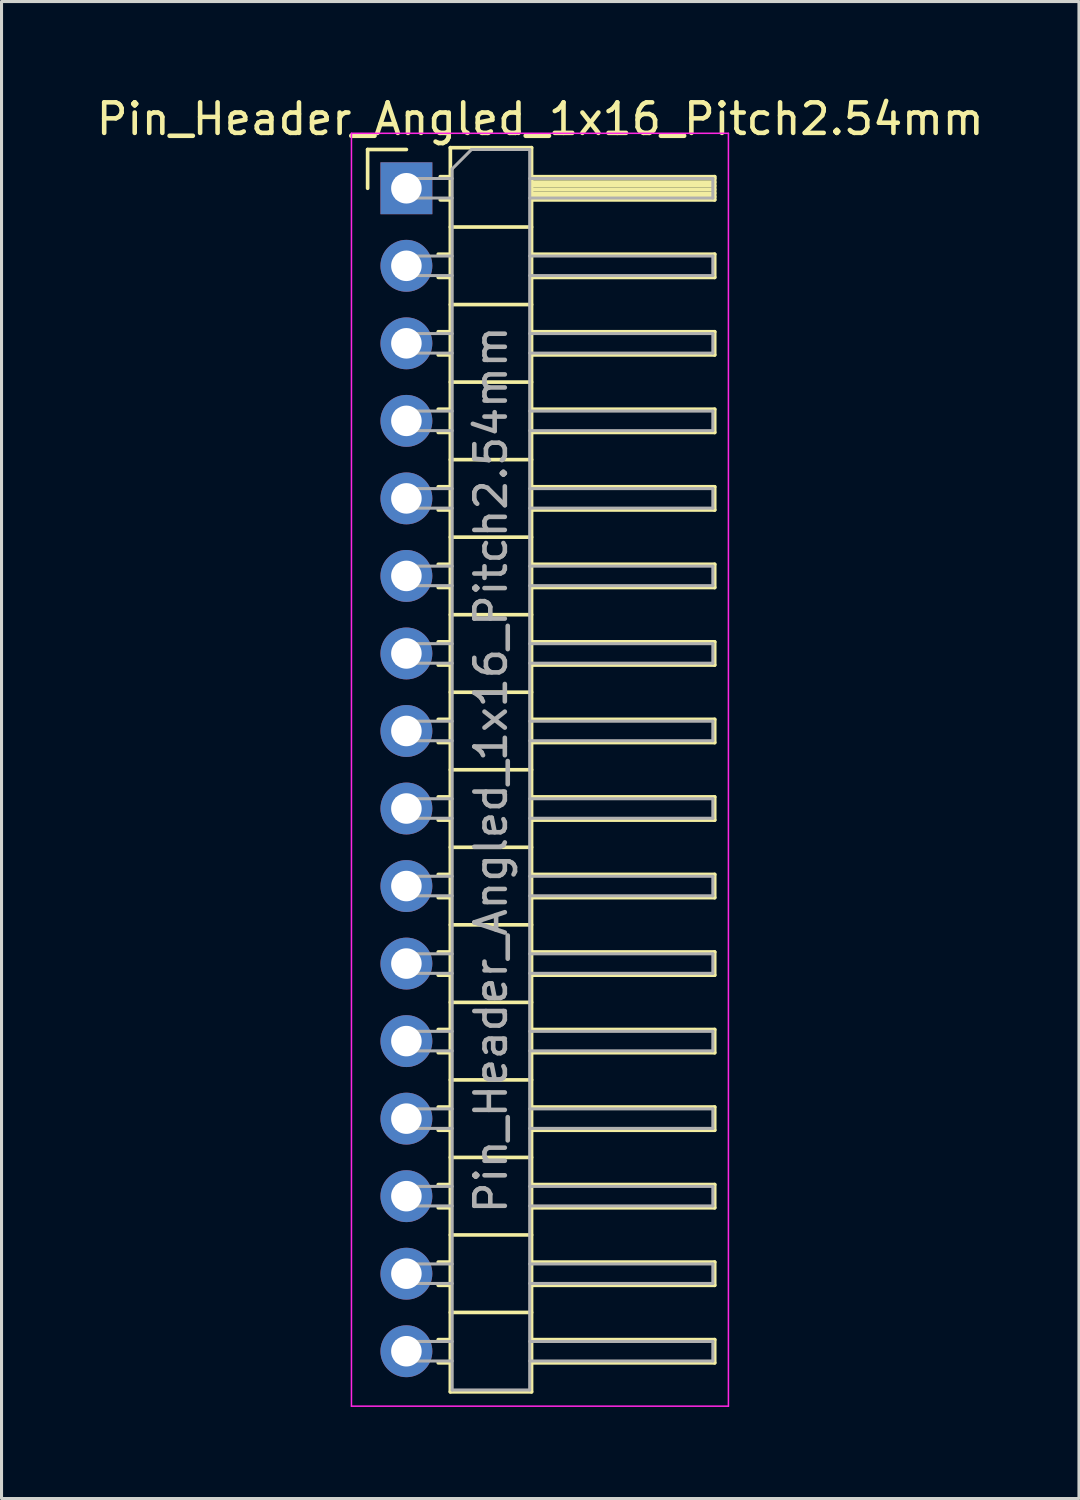
<source format=kicad_pcb>
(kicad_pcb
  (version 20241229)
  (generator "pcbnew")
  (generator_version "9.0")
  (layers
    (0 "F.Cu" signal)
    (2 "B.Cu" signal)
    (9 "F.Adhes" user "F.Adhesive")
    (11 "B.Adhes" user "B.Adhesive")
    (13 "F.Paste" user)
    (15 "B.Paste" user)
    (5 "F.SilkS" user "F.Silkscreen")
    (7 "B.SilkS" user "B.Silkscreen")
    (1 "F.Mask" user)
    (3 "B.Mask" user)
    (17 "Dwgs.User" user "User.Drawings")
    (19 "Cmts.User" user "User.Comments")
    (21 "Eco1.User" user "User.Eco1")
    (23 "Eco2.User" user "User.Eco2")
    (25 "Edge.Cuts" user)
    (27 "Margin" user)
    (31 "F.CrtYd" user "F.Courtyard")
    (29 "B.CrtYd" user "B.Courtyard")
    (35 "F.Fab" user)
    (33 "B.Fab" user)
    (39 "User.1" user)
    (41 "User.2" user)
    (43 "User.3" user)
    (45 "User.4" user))
  (footprint "Pin_Header_Angled_1x16_Pitch2.54mm"
    (layer "F.Cu")
    (at 10.264 3.118)
    (property "Reference" "Pin_Header_Angled_1x16_Pitch2.54mm" (at 4.385 -2.27 0) (layer "F.SilkS") (effects (font (size 1 1) (thickness 0.15))))
    (attr through_hole)
    (fp_line (start -1.27 -1.27) (end 0 -1.27) (stroke (width 0.12) (type solid)) (layer "F.SilkS"))
    (fp_line (start -1.27 0) (end -1.27 -1.27) (stroke (width 0.12) (type solid)) (layer "F.SilkS"))
    (fp_line (start 1.043 2.16) (end 1.44 2.16) (stroke (width 0.12) (type solid)) (layer "F.SilkS"))
    (fp_line (start 1.043 2.92) (end 1.44 2.92) (stroke (width 0.12) (type solid)) (layer "F.SilkS"))
    (fp_line (start 1.043 4.7) (end 1.44 4.7) (stroke (width 0.12) (type solid)) (layer "F.SilkS"))
    (fp_line (start 1.043 5.46) (end 1.44 5.46) (stroke (width 0.12) (type solid)) (layer "F.SilkS"))
    (fp_line (start 1.043 7.24) (end 1.44 7.24) (stroke (width 0.12) (type solid)) (layer "F.SilkS"))
    (fp_line (start 1.043 8) (end 1.44 8) (stroke (width 0.12) (type solid)) (layer "F.SilkS"))
    (fp_line (start 1.043 9.78) (end 1.44 9.78) (stroke (width 0.12) (type solid)) (layer "F.SilkS"))
    (fp_line (start 1.043 10.54) (end 1.44 10.54) (stroke (width 0.12) (type solid)) (layer "F.SilkS"))
    (fp_line (start 1.043 12.32) (end 1.44 12.32) (stroke (width 0.12) (type solid)) (layer "F.SilkS"))
    (fp_line (start 1.043 13.08) (end 1.44 13.08) (stroke (width 0.12) (type solid)) (layer "F.SilkS"))
    (fp_line (start 1.043 14.86) (end 1.44 14.86) (stroke (width 0.12) (type solid)) (layer "F.SilkS"))
    (fp_line (start 1.043 15.62) (end 1.44 15.62) (stroke (width 0.12) (type solid)) (layer "F.SilkS"))
    (fp_line (start 1.043 17.4) (end 1.44 17.4) (stroke (width 0.12) (type solid)) (layer "F.SilkS"))
    (fp_line (start 1.043 18.16) (end 1.44 18.16) (stroke (width 0.12) (type solid)) (layer "F.SilkS"))
    (fp_line (start 1.043 19.94) (end 1.44 19.94) (stroke (width 0.12) (type solid)) (layer "F.SilkS"))
    (fp_line (start 1.043 20.7) (end 1.44 20.7) (stroke (width 0.12) (type solid)) (layer "F.SilkS"))
    (fp_line (start 1.043 22.48) (end 1.44 22.48) (stroke (width 0.12) (type solid)) (layer "F.SilkS"))
    (fp_line (start 1.043 23.24) (end 1.44 23.24) (stroke (width 0.12) (type solid)) (layer "F.SilkS"))
    (fp_line (start 1.043 25.02) (end 1.44 25.02) (stroke (width 0.12) (type solid)) (layer "F.SilkS"))
    (fp_line (start 1.043 25.78) (end 1.44 25.78) (stroke (width 0.12) (type solid)) (layer "F.SilkS"))
    (fp_line (start 1.043 27.56) (end 1.44 27.56) (stroke (width 0.12) (type solid)) (layer "F.SilkS"))
    (fp_line (start 1.043 28.32) (end 1.44 28.32) (stroke (width 0.12) (type solid)) (layer "F.SilkS"))
    (fp_line (start 1.043 30.1) (end 1.44 30.1) (stroke (width 0.12) (type solid)) (layer "F.SilkS"))
    (fp_line (start 1.043 30.86) (end 1.44 30.86) (stroke (width 0.12) (type solid)) (layer "F.SilkS"))
    (fp_line (start 1.043 32.64) (end 1.44 32.64) (stroke (width 0.12) (type solid)) (layer "F.SilkS"))
    (fp_line (start 1.043 33.4) (end 1.44 33.4) (stroke (width 0.12) (type solid)) (layer "F.SilkS"))
    (fp_line (start 1.043 35.18) (end 1.44 35.18) (stroke (width 0.12) (type solid)) (layer "F.SilkS"))
    (fp_line (start 1.043 35.94) (end 1.44 35.94) (stroke (width 0.12) (type solid)) (layer "F.SilkS"))
    (fp_line (start 1.043 37.72) (end 1.44 37.72) (stroke (width 0.12) (type solid)) (layer "F.SilkS"))
    (fp_line (start 1.043 38.48) (end 1.44 38.48) (stroke (width 0.12) (type solid)) (layer "F.SilkS"))
    (fp_line (start 1.11 -0.38) (end 1.44 -0.38) (stroke (width 0.12) (type solid)) (layer "F.SilkS"))
    (fp_line (start 1.11 0.38) (end 1.44 0.38) (stroke (width 0.12) (type solid)) (layer "F.SilkS"))
    (fp_line (start 1.44 -1.33) (end 1.44 39.43) (stroke (width 0.12) (type solid)) (layer "F.SilkS"))
    (fp_line (start 1.44 1.27) (end 4.1 1.27) (stroke (width 0.12) (type solid)) (layer "F.SilkS"))
    (fp_line (start 1.44 3.81) (end 4.1 3.81) (stroke (width 0.12) (type solid)) (layer "F.SilkS"))
    (fp_line (start 1.44 6.35) (end 4.1 6.35) (stroke (width 0.12) (type solid)) (layer "F.SilkS"))
    (fp_line (start 1.44 8.89) (end 4.1 8.89) (stroke (width 0.12) (type solid)) (layer "F.SilkS"))
    (fp_line (start 1.44 11.43) (end 4.1 11.43) (stroke (width 0.12) (type solid)) (layer "F.SilkS"))
    (fp_line (start 1.44 13.97) (end 4.1 13.97) (stroke (width 0.12) (type solid)) (layer "F.SilkS"))
    (fp_line (start 1.44 16.51) (end 4.1 16.51) (stroke (width 0.12) (type solid)) (layer "F.SilkS"))
    (fp_line (start 1.44 19.05) (end 4.1 19.05) (stroke (width 0.12) (type solid)) (layer "F.SilkS"))
    (fp_line (start 1.44 21.59) (end 4.1 21.59) (stroke (width 0.12) (type solid)) (layer "F.SilkS"))
    (fp_line (start 1.44 24.13) (end 4.1 24.13) (stroke (width 0.12) (type solid)) (layer "F.SilkS"))
    (fp_line (start 1.44 26.67) (end 4.1 26.67) (stroke (width 0.12) (type solid)) (layer "F.SilkS"))
    (fp_line (start 1.44 29.21) (end 4.1 29.21) (stroke (width 0.12) (type solid)) (layer "F.SilkS"))
    (fp_line (start 1.44 31.75) (end 4.1 31.75) (stroke (width 0.12) (type solid)) (layer "F.SilkS"))
    (fp_line (start 1.44 34.29) (end 4.1 34.29) (stroke (width 0.12) (type solid)) (layer "F.SilkS"))
    (fp_line (start 1.44 36.83) (end 4.1 36.83) (stroke (width 0.12) (type solid)) (layer "F.SilkS"))
    (fp_line (start 1.44 39.43) (end 4.1 39.43) (stroke (width 0.12) (type solid)) (layer "F.SilkS"))
    (fp_line (start 4.1 -1.33) (end 1.44 -1.33) (stroke (width 0.12) (type solid)) (layer "F.SilkS"))
    (fp_line (start 4.1 -0.38) (end 10.1 -0.38) (stroke (width 0.12) (type solid)) (layer "F.SilkS"))
    (fp_line (start 4.1 -0.32) (end 10.1 -0.32) (stroke (width 0.12) (type solid)) (layer "F.SilkS"))
    (fp_line (start 4.1 -0.2) (end 10.1 -0.2) (stroke (width 0.12) (type solid)) (layer "F.SilkS"))
    (fp_line (start 4.1 -0.08) (end 10.1 -0.08) (stroke (width 0.12) (type solid)) (layer "F.SilkS"))
    (fp_line (start 4.1 0.04) (end 10.1 0.04) (stroke (width 0.12) (type solid)) (layer "F.SilkS"))
    (fp_line (start 4.1 0.16) (end 10.1 0.16) (stroke (width 0.12) (type solid)) (layer "F.SilkS"))
    (fp_line (start 4.1 0.28) (end 10.1 0.28) (stroke (width 0.12) (type solid)) (layer "F.SilkS"))
    (fp_line (start 4.1 2.16) (end 10.1 2.16) (stroke (width 0.12) (type solid)) (layer "F.SilkS"))
    (fp_line (start 4.1 4.7) (end 10.1 4.7) (stroke (width 0.12) (type solid)) (layer "F.SilkS"))
    (fp_line (start 4.1 7.24) (end 10.1 7.24) (stroke (width 0.12) (type solid)) (layer "F.SilkS"))
    (fp_line (start 4.1 9.78) (end 10.1 9.78) (stroke (width 0.12) (type solid)) (layer "F.SilkS"))
    (fp_line (start 4.1 12.32) (end 10.1 12.32) (stroke (width 0.12) (type solid)) (layer "F.SilkS"))
    (fp_line (start 4.1 14.86) (end 10.1 14.86) (stroke (width 0.12) (type solid)) (layer "F.SilkS"))
    (fp_line (start 4.1 17.4) (end 10.1 17.4) (stroke (width 0.12) (type solid)) (layer "F.SilkS"))
    (fp_line (start 4.1 19.94) (end 10.1 19.94) (stroke (width 0.12) (type solid)) (layer "F.SilkS"))
    (fp_line (start 4.1 22.48) (end 10.1 22.48) (stroke (width 0.12) (type solid)) (layer "F.SilkS"))
    (fp_line (start 4.1 25.02) (end 10.1 25.02) (stroke (width 0.12) (type solid)) (layer "F.SilkS"))
    (fp_line (start 4.1 27.56) (end 10.1 27.56) (stroke (width 0.12) (type solid)) (layer "F.SilkS"))
    (fp_line (start 4.1 30.1) (end 10.1 30.1) (stroke (width 0.12) (type solid)) (layer "F.SilkS"))
    (fp_line (start 4.1 32.64) (end 10.1 32.64) (stroke (width 0.12) (type solid)) (layer "F.SilkS"))
    (fp_line (start 4.1 35.18) (end 10.1 35.18) (stroke (width 0.12) (type solid)) (layer "F.SilkS"))
    (fp_line (start 4.1 37.72) (end 10.1 37.72) (stroke (width 0.12) (type solid)) (layer "F.SilkS"))
    (fp_line (start 4.1 39.43) (end 4.1 -1.33) (stroke (width 0.12) (type solid)) (layer "F.SilkS"))
    (fp_line (start 10.1 -0.38) (end 10.1 0.38) (stroke (width 0.12) (type solid)) (layer "F.SilkS"))
    (fp_line (start 10.1 0.38) (end 4.1 0.38) (stroke (width 0.12) (type solid)) (layer "F.SilkS"))
    (fp_line (start 10.1 2.16) (end 10.1 2.92) (stroke (width 0.12) (type solid)) (layer "F.SilkS"))
    (fp_line (start 10.1 2.92) (end 4.1 2.92) (stroke (width 0.12) (type solid)) (layer "F.SilkS"))
    (fp_line (start 10.1 4.7) (end 10.1 5.46) (stroke (width 0.12) (type solid)) (layer "F.SilkS"))
    (fp_line (start 10.1 5.46) (end 4.1 5.46) (stroke (width 0.12) (type solid)) (layer "F.SilkS"))
    (fp_line (start 10.1 7.24) (end 10.1 8) (stroke (width 0.12) (type solid)) (layer "F.SilkS"))
    (fp_line (start 10.1 8) (end 4.1 8) (stroke (width 0.12) (type solid)) (layer "F.SilkS"))
    (fp_line (start 10.1 9.78) (end 10.1 10.54) (stroke (width 0.12) (type solid)) (layer "F.SilkS"))
    (fp_line (start 10.1 10.54) (end 4.1 10.54) (stroke (width 0.12) (type solid)) (layer "F.SilkS"))
    (fp_line (start 10.1 12.32) (end 10.1 13.08) (stroke (width 0.12) (type solid)) (layer "F.SilkS"))
    (fp_line (start 10.1 13.08) (end 4.1 13.08) (stroke (width 0.12) (type solid)) (layer "F.SilkS"))
    (fp_line (start 10.1 14.86) (end 10.1 15.62) (stroke (width 0.12) (type solid)) (layer "F.SilkS"))
    (fp_line (start 10.1 15.62) (end 4.1 15.62) (stroke (width 0.12) (type solid)) (layer "F.SilkS"))
    (fp_line (start 10.1 17.4) (end 10.1 18.16) (stroke (width 0.12) (type solid)) (layer "F.SilkS"))
    (fp_line (start 10.1 18.16) (end 4.1 18.16) (stroke (width 0.12) (type solid)) (layer "F.SilkS"))
    (fp_line (start 10.1 19.94) (end 10.1 20.7) (stroke (width 0.12) (type solid)) (layer "F.SilkS"))
    (fp_line (start 10.1 20.7) (end 4.1 20.7) (stroke (width 0.12) (type solid)) (layer "F.SilkS"))
    (fp_line (start 10.1 22.48) (end 10.1 23.24) (stroke (width 0.12) (type solid)) (layer "F.SilkS"))
    (fp_line (start 10.1 23.24) (end 4.1 23.24) (stroke (width 0.12) (type solid)) (layer "F.SilkS"))
    (fp_line (start 10.1 25.02) (end 10.1 25.78) (stroke (width 0.12) (type solid)) (layer "F.SilkS"))
    (fp_line (start 10.1 25.78) (end 4.1 25.78) (stroke (width 0.12) (type solid)) (layer "F.SilkS"))
    (fp_line (start 10.1 27.56) (end 10.1 28.32) (stroke (width 0.12) (type solid)) (layer "F.SilkS"))
    (fp_line (start 10.1 28.32) (end 4.1 28.32) (stroke (width 0.12) (type solid)) (layer "F.SilkS"))
    (fp_line (start 10.1 30.1) (end 10.1 30.86) (stroke (width 0.12) (type solid)) (layer "F.SilkS"))
    (fp_line (start 10.1 30.86) (end 4.1 30.86) (stroke (width 0.12) (type solid)) (layer "F.SilkS"))
    (fp_line (start 10.1 32.64) (end 10.1 33.4) (stroke (width 0.12) (type solid)) (layer "F.SilkS"))
    (fp_line (start 10.1 33.4) (end 4.1 33.4) (stroke (width 0.12) (type solid)) (layer "F.SilkS"))
    (fp_line (start 10.1 35.18) (end 10.1 35.94) (stroke (width 0.12) (type solid)) (layer "F.SilkS"))
    (fp_line (start 10.1 35.94) (end 4.1 35.94) (stroke (width 0.12) (type solid)) (layer "F.SilkS"))
    (fp_line (start 10.1 37.72) (end 10.1 38.48) (stroke (width 0.12) (type solid)) (layer "F.SilkS"))
    (fp_line (start 10.1 38.48) (end 4.1 38.48) (stroke (width 0.12) (type solid)) (layer "F.SilkS"))
    (fp_line (start -1.8 -1.8) (end -1.8 39.9) (stroke (width 0.05) (type solid)) (layer "F.CrtYd"))
    (fp_line (start -1.8 39.9) (end 10.55 39.9) (stroke (width 0.05) (type solid)) (layer "F.CrtYd"))
    (fp_line (start 10.55 -1.8) (end -1.8 -1.8) (stroke (width 0.05) (type solid)) (layer "F.CrtYd"))
    (fp_line (start 10.55 39.9) (end 10.55 -1.8) (stroke (width 0.05) (type solid)) (layer "F.CrtYd"))
    (fp_line (start -0.32 -0.32) (end -0.32 0.32) (stroke (width 0.1) (type solid)) (layer "F.Fab"))
    (fp_line (start -0.32 -0.32) (end 1.5 -0.32) (stroke (width 0.1) (type solid)) (layer "F.Fab"))
    (fp_line (start -0.32 0.32) (end 1.5 0.32) (stroke (width 0.1) (type solid)) (layer "F.Fab"))
    (fp_line (start -0.32 2.22) (end -0.32 2.86) (stroke (width 0.1) (type solid)) (layer "F.Fab"))
    (fp_line (start -0.32 2.22) (end 1.5 2.22) (stroke (width 0.1) (type solid)) (layer "F.Fab"))
    (fp_line (start -0.32 2.86) (end 1.5 2.86) (stroke (width 0.1) (type solid)) (layer "F.Fab"))
    (fp_line (start -0.32 4.76) (end -0.32 5.4) (stroke (width 0.1) (type solid)) (layer "F.Fab"))
    (fp_line (start -0.32 4.76) (end 1.5 4.76) (stroke (width 0.1) (type solid)) (layer "F.Fab"))
    (fp_line (start -0.32 5.4) (end 1.5 5.4) (stroke (width 0.1) (type solid)) (layer "F.Fab"))
    (fp_line (start -0.32 7.3) (end -0.32 7.94) (stroke (width 0.1) (type solid)) (layer "F.Fab"))
    (fp_line (start -0.32 7.3) (end 1.5 7.3) (stroke (width 0.1) (type solid)) (layer "F.Fab"))
    (fp_line (start -0.32 7.94) (end 1.5 7.94) (stroke (width 0.1) (type solid)) (layer "F.Fab"))
    (fp_line (start -0.32 9.84) (end -0.32 10.48) (stroke (width 0.1) (type solid)) (layer "F.Fab"))
    (fp_line (start -0.32 9.84) (end 1.5 9.84) (stroke (width 0.1) (type solid)) (layer "F.Fab"))
    (fp_line (start -0.32 10.48) (end 1.5 10.48) (stroke (width 0.1) (type solid)) (layer "F.Fab"))
    (fp_line (start -0.32 12.38) (end -0.32 13.02) (stroke (width 0.1) (type solid)) (layer "F.Fab"))
    (fp_line (start -0.32 12.38) (end 1.5 12.38) (stroke (width 0.1) (type solid)) (layer "F.Fab"))
    (fp_line (start -0.32 13.02) (end 1.5 13.02) (stroke (width 0.1) (type solid)) (layer "F.Fab"))
    (fp_line (start -0.32 14.92) (end -0.32 15.56) (stroke (width 0.1) (type solid)) (layer "F.Fab"))
    (fp_line (start -0.32 14.92) (end 1.5 14.92) (stroke (width 0.1) (type solid)) (layer "F.Fab"))
    (fp_line (start -0.32 15.56) (end 1.5 15.56) (stroke (width 0.1) (type solid)) (layer "F.Fab"))
    (fp_line (start -0.32 17.46) (end -0.32 18.1) (stroke (width 0.1) (type solid)) (layer "F.Fab"))
    (fp_line (start -0.32 17.46) (end 1.5 17.46) (stroke (width 0.1) (type solid)) (layer "F.Fab"))
    (fp_line (start -0.32 18.1) (end 1.5 18.1) (stroke (width 0.1) (type solid)) (layer "F.Fab"))
    (fp_line (start -0.32 20) (end -0.32 20.64) (stroke (width 0.1) (type solid)) (layer "F.Fab"))
    (fp_line (start -0.32 20) (end 1.5 20) (stroke (width 0.1) (type solid)) (layer "F.Fab"))
    (fp_line (start -0.32 20.64) (end 1.5 20.64) (stroke (width 0.1) (type solid)) (layer "F.Fab"))
    (fp_line (start -0.32 22.54) (end -0.32 23.18) (stroke (width 0.1) (type solid)) (layer "F.Fab"))
    (fp_line (start -0.32 22.54) (end 1.5 22.54) (stroke (width 0.1) (type solid)) (layer "F.Fab"))
    (fp_line (start -0.32 23.18) (end 1.5 23.18) (stroke (width 0.1) (type solid)) (layer "F.Fab"))
    (fp_line (start -0.32 25.08) (end -0.32 25.72) (stroke (width 0.1) (type solid)) (layer "F.Fab"))
    (fp_line (start -0.32 25.08) (end 1.5 25.08) (stroke (width 0.1) (type solid)) (layer "F.Fab"))
    (fp_line (start -0.32 25.72) (end 1.5 25.72) (stroke (width 0.1) (type solid)) (layer "F.Fab"))
    (fp_line (start -0.32 27.62) (end -0.32 28.26) (stroke (width 0.1) (type solid)) (layer "F.Fab"))
    (fp_line (start -0.32 27.62) (end 1.5 27.62) (stroke (width 0.1) (type solid)) (layer "F.Fab"))
    (fp_line (start -0.32 28.26) (end 1.5 28.26) (stroke (width 0.1) (type solid)) (layer "F.Fab"))
    (fp_line (start -0.32 30.16) (end -0.32 30.8) (stroke (width 0.1) (type solid)) (layer "F.Fab"))
    (fp_line (start -0.32 30.16) (end 1.5 30.16) (stroke (width 0.1) (type solid)) (layer "F.Fab"))
    (fp_line (start -0.32 30.8) (end 1.5 30.8) (stroke (width 0.1) (type solid)) (layer "F.Fab"))
    (fp_line (start -0.32 32.7) (end -0.32 33.34) (stroke (width 0.1) (type solid)) (layer "F.Fab"))
    (fp_line (start -0.32 32.7) (end 1.5 32.7) (stroke (width 0.1) (type solid)) (layer "F.Fab"))
    (fp_line (start -0.32 33.34) (end 1.5 33.34) (stroke (width 0.1) (type solid)) (layer "F.Fab"))
    (fp_line (start -0.32 35.24) (end -0.32 35.88) (stroke (width 0.1) (type solid)) (layer "F.Fab"))
    (fp_line (start -0.32 35.24) (end 1.5 35.24) (stroke (width 0.1) (type solid)) (layer "F.Fab"))
    (fp_line (start -0.32 35.88) (end 1.5 35.88) (stroke (width 0.1) (type solid)) (layer "F.Fab"))
    (fp_line (start -0.32 37.78) (end -0.32 38.42) (stroke (width 0.1) (type solid)) (layer "F.Fab"))
    (fp_line (start -0.32 37.78) (end 1.5 37.78) (stroke (width 0.1) (type solid)) (layer "F.Fab"))
    (fp_line (start -0.32 38.42) (end 1.5 38.42) (stroke (width 0.1) (type solid)) (layer "F.Fab"))
    (fp_line (start 1.5 -0.635) (end 2.135 -1.27) (stroke (width 0.1) (type solid)) (layer "F.Fab"))
    (fp_line (start 1.5 39.37) (end 1.5 -0.635) (stroke (width 0.1) (type solid)) (layer "F.Fab"))
    (fp_line (start 2.135 -1.27) (end 4.04 -1.27) (stroke (width 0.1) (type solid)) (layer "F.Fab"))
    (fp_line (start 4.04 -1.27) (end 4.04 39.37) (stroke (width 0.1) (type solid)) (layer "F.Fab"))
    (fp_line (start 4.04 -0.32) (end 10.04 -0.32) (stroke (width 0.1) (type solid)) (layer "F.Fab"))
    (fp_line (start 4.04 0.32) (end 10.04 0.32) (stroke (width 0.1) (type solid)) (layer "F.Fab"))
    (fp_line (start 4.04 2.22) (end 10.04 2.22) (stroke (width 0.1) (type solid)) (layer "F.Fab"))
    (fp_line (start 4.04 2.86) (end 10.04 2.86) (stroke (width 0.1) (type solid)) (layer "F.Fab"))
    (fp_line (start 4.04 4.76) (end 10.04 4.76) (stroke (width 0.1) (type solid)) (layer "F.Fab"))
    (fp_line (start 4.04 5.4) (end 10.04 5.4) (stroke (width 0.1) (type solid)) (layer "F.Fab"))
    (fp_line (start 4.04 7.3) (end 10.04 7.3) (stroke (width 0.1) (type solid)) (layer "F.Fab"))
    (fp_line (start 4.04 7.94) (end 10.04 7.94) (stroke (width 0.1) (type solid)) (layer "F.Fab"))
    (fp_line (start 4.04 9.84) (end 10.04 9.84) (stroke (width 0.1) (type solid)) (layer "F.Fab"))
    (fp_line (start 4.04 10.48) (end 10.04 10.48) (stroke (width 0.1) (type solid)) (layer "F.Fab"))
    (fp_line (start 4.04 12.38) (end 10.04 12.38) (stroke (width 0.1) (type solid)) (layer "F.Fab"))
    (fp_line (start 4.04 13.02) (end 10.04 13.02) (stroke (width 0.1) (type solid)) (layer "F.Fab"))
    (fp_line (start 4.04 14.92) (end 10.04 14.92) (stroke (width 0.1) (type solid)) (layer "F.Fab"))
    (fp_line (start 4.04 15.56) (end 10.04 15.56) (stroke (width 0.1) (type solid)) (layer "F.Fab"))
    (fp_line (start 4.04 17.46) (end 10.04 17.46) (stroke (width 0.1) (type solid)) (layer "F.Fab"))
    (fp_line (start 4.04 18.1) (end 10.04 18.1) (stroke (width 0.1) (type solid)) (layer "F.Fab"))
    (fp_line (start 4.04 20) (end 10.04 20) (stroke (width 0.1) (type solid)) (layer "F.Fab"))
    (fp_line (start 4.04 20.64) (end 10.04 20.64) (stroke (width 0.1) (type solid)) (layer "F.Fab"))
    (fp_line (start 4.04 22.54) (end 10.04 22.54) (stroke (width 0.1) (type solid)) (layer "F.Fab"))
    (fp_line (start 4.04 23.18) (end 10.04 23.18) (stroke (width 0.1) (type solid)) (layer "F.Fab"))
    (fp_line (start 4.04 25.08) (end 10.04 25.08) (stroke (width 0.1) (type solid)) (layer "F.Fab"))
    (fp_line (start 4.04 25.72) (end 10.04 25.72) (stroke (width 0.1) (type solid)) (layer "F.Fab"))
    (fp_line (start 4.04 27.62) (end 10.04 27.62) (stroke (width 0.1) (type solid)) (layer "F.Fab"))
    (fp_line (start 4.04 28.26) (end 10.04 28.26) (stroke (width 0.1) (type solid)) (layer "F.Fab"))
    (fp_line (start 4.04 30.16) (end 10.04 30.16) (stroke (width 0.1) (type solid)) (layer "F.Fab"))
    (fp_line (start 4.04 30.8) (end 10.04 30.8) (stroke (width 0.1) (type solid)) (layer "F.Fab"))
    (fp_line (start 4.04 32.7) (end 10.04 32.7) (stroke (width 0.1) (type solid)) (layer "F.Fab"))
    (fp_line (start 4.04 33.34) (end 10.04 33.34) (stroke (width 0.1) (type solid)) (layer "F.Fab"))
    (fp_line (start 4.04 35.24) (end 10.04 35.24) (stroke (width 0.1) (type solid)) (layer "F.Fab"))
    (fp_line (start 4.04 35.88) (end 10.04 35.88) (stroke (width 0.1) (type solid)) (layer "F.Fab"))
    (fp_line (start 4.04 37.78) (end 10.04 37.78) (stroke (width 0.1) (type solid)) (layer "F.Fab"))
    (fp_line (start 4.04 38.42) (end 10.04 38.42) (stroke (width 0.1) (type solid)) (layer "F.Fab"))
    (fp_line (start 4.04 39.37) (end 1.5 39.37) (stroke (width 0.1) (type solid)) (layer "F.Fab"))
    (fp_line (start 10.04 -0.32) (end 10.04 0.32) (stroke (width 0.1) (type solid)) (layer "F.Fab"))
    (fp_line (start 10.04 2.22) (end 10.04 2.86) (stroke (width 0.1) (type solid)) (layer "F.Fab"))
    (fp_line (start 10.04 4.76) (end 10.04 5.4) (stroke (width 0.1) (type solid)) (layer "F.Fab"))
    (fp_line (start 10.04 7.3) (end 10.04 7.94) (stroke (width 0.1) (type solid)) (layer "F.Fab"))
    (fp_line (start 10.04 9.84) (end 10.04 10.48) (stroke (width 0.1) (type solid)) (layer "F.Fab"))
    (fp_line (start 10.04 12.38) (end 10.04 13.02) (stroke (width 0.1) (type solid)) (layer "F.Fab"))
    (fp_line (start 10.04 14.92) (end 10.04 15.56) (stroke (width 0.1) (type solid)) (layer "F.Fab"))
    (fp_line (start 10.04 17.46) (end 10.04 18.1) (stroke (width 0.1) (type solid)) (layer "F.Fab"))
    (fp_line (start 10.04 20) (end 10.04 20.64) (stroke (width 0.1) (type solid)) (layer "F.Fab"))
    (fp_line (start 10.04 22.54) (end 10.04 23.18) (stroke (width 0.1) (type solid)) (layer "F.Fab"))
    (fp_line (start 10.04 25.08) (end 10.04 25.72) (stroke (width 0.1) (type solid)) (layer "F.Fab"))
    (fp_line (start 10.04 27.62) (end 10.04 28.26) (stroke (width 0.1) (type solid)) (layer "F.Fab"))
    (fp_line (start 10.04 30.16) (end 10.04 30.8) (stroke (width 0.1) (type solid)) (layer "F.Fab"))
    (fp_line (start 10.04 32.7) (end 10.04 33.34) (stroke (width 0.1) (type solid)) (layer "F.Fab"))
    (fp_line (start 10.04 35.24) (end 10.04 35.88) (stroke (width 0.1) (type solid)) (layer "F.Fab"))
    (fp_line (start 10.04 37.78) (end 10.04 38.42) (stroke (width 0.1) (type solid)) (layer "F.Fab"))
    (fp_text user "${REFERENCE}" (at 2.77 19.05 90) (layer "F.Fab") (effects (font (size 1 1) (thickness 0.15))))
    (pad "1" thru_hole rect (at 0 0) (size 1.7 1.7) (drill 1) (layers "*.Cu" "*.Mask"))
    (pad "2" thru_hole oval (at 0 2.54) (size 1.7 1.7) (drill 1) (layers "*.Cu" "*.Mask"))
    (pad "3" thru_hole oval (at 0 5.08) (size 1.7 1.7) (drill 1) (layers "*.Cu" "*.Mask"))
    (pad "4" thru_hole oval (at 0 7.62) (size 1.7 1.7) (drill 1) (layers "*.Cu" "*.Mask"))
    (pad "5" thru_hole oval (at 0 10.16) (size 1.7 1.7) (drill 1) (layers "*.Cu" "*.Mask"))
    (pad "6" thru_hole oval (at 0 12.7) (size 1.7 1.7) (drill 1) (layers "*.Cu" "*.Mask"))
    (pad "7" thru_hole oval (at 0 15.24) (size 1.7 1.7) (drill 1) (layers "*.Cu" "*.Mask"))
    (pad "8" thru_hole oval (at 0 17.78) (size 1.7 1.7) (drill 1) (layers "*.Cu" "*.Mask"))
    (pad "9" thru_hole oval (at 0 20.32) (size 1.7 1.7) (drill 1) (layers "*.Cu" "*.Mask"))
    (pad "10" thru_hole oval (at 0 22.86) (size 1.7 1.7) (drill 1) (layers "*.Cu" "*.Mask"))
    (pad "11" thru_hole oval (at 0 25.4) (size 1.7 1.7) (drill 1) (layers "*.Cu" "*.Mask"))
    (pad "12" thru_hole oval (at 0 27.94) (size 1.7 1.7) (drill 1) (layers "*.Cu" "*.Mask"))
    (pad "13" thru_hole oval (at 0 30.48) (size 1.7 1.7) (drill 1) (layers "*.Cu" "*.Mask"))
    (pad "14" thru_hole oval (at 0 33.02) (size 1.7 1.7) (drill 1) (layers "*.Cu" "*.Mask"))
    (pad "15" thru_hole oval (at 0 35.56) (size 1.7 1.7) (drill 1) (layers "*.Cu" "*.Mask"))
    (pad "16" thru_hole oval (at 0 38.1) (size 1.7 1.7) (drill 1) (layers "*.Cu" "*.Mask")))
  (gr_rect
    (start -3 -3)
    (end 32.298 46.043)
    (stroke (width 0.1) (type default))
    (fill no)
    (layer "Edge.Cuts")))
</source>
